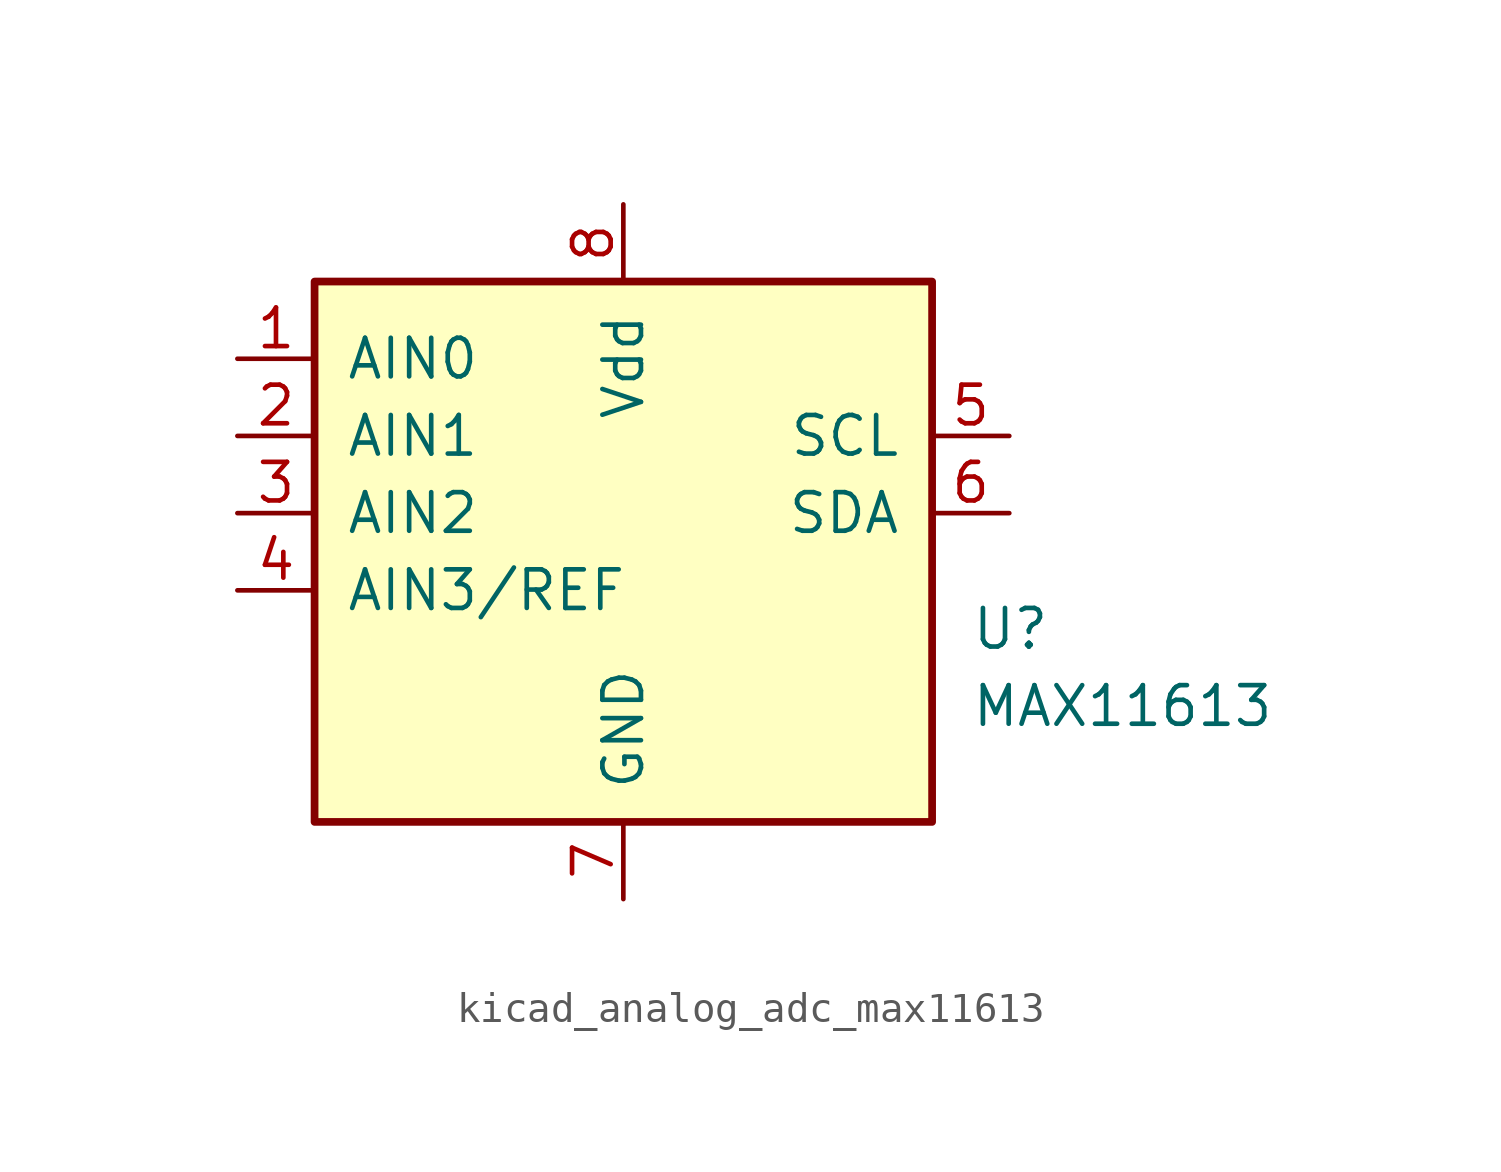
<source format=kicad_sym>
(kicad_symbol_lib
  (version 20220914)
  (generator kicad_symbol_editor)
  (symbol "kicad_analog_adc_max11613"
    (pin_names
      (offset 1.016))
    (property "Reference" "U"
      (at 11.43 -3.81 0)
      (effects (font (size 1.27 1.27)) (justify left)))
    (property "Value" "MAX11613"
      (at 11.43 -6.35 0)
      (effects (font (size 1.27 1.27)) (justify left)))
    (symbol "kicad_analog_adc_max11613_0_1"
      (rectangle (start -10.16 7.62) (end 10.16 -10.16) (stroke (width 0.254) (type default)) (fill (type background))))
    (symbol "kicad_analog_adc_max11613_1_1"
      (pin input line (at -12.7 5.08 0) (length 2.54) (name "AIN0" (effects (font (size 1.27 1.27)))) (number "1" (effects (font (size 1.27 1.27)))))
      (pin input line (at -12.7 2.54 0) (length 2.54) (name "AIN1" (effects (font (size 1.27 1.27)))) (number "2" (effects (font (size 1.27 1.27)))))
      (pin input line (at -12.7 0 0) (length 2.54) (name "AIN2" (effects (font (size 1.27 1.27)))) (number "3" (effects (font (size 1.27 1.27)))))
      (pin input line (at -12.7 -2.54 0) (length 2.54) (name "AIN3/REF" (effects (font (size 1.27 1.27)))) (number "4" (effects (font (size 1.27 1.27)))))
      (pin input line (at 12.7 2.54 180) (length 2.54) (name "SCL" (effects (font (size 1.27 1.27)))) (number "5" (effects (font (size 1.27 1.27)))))
      (pin bidirectional line (at 12.7 0 180) (length 2.54) (name "SDA" (effects (font (size 1.27 1.27)))) (number "6" (effects (font (size 1.27 1.27)))))
      (pin power_in line (at 0 -12.7 90) (length 2.54) (name "GND" (effects (font (size 1.27 1.27)))) (number "7" (effects (font (size 1.27 1.27)))))
      (pin power_in line (at 0 10.16 270) (length 2.54) (name "Vdd" (effects (font (size 1.27 1.27)))) (number "8" (effects (font (size 1.27 1.27))))))))
</source>
